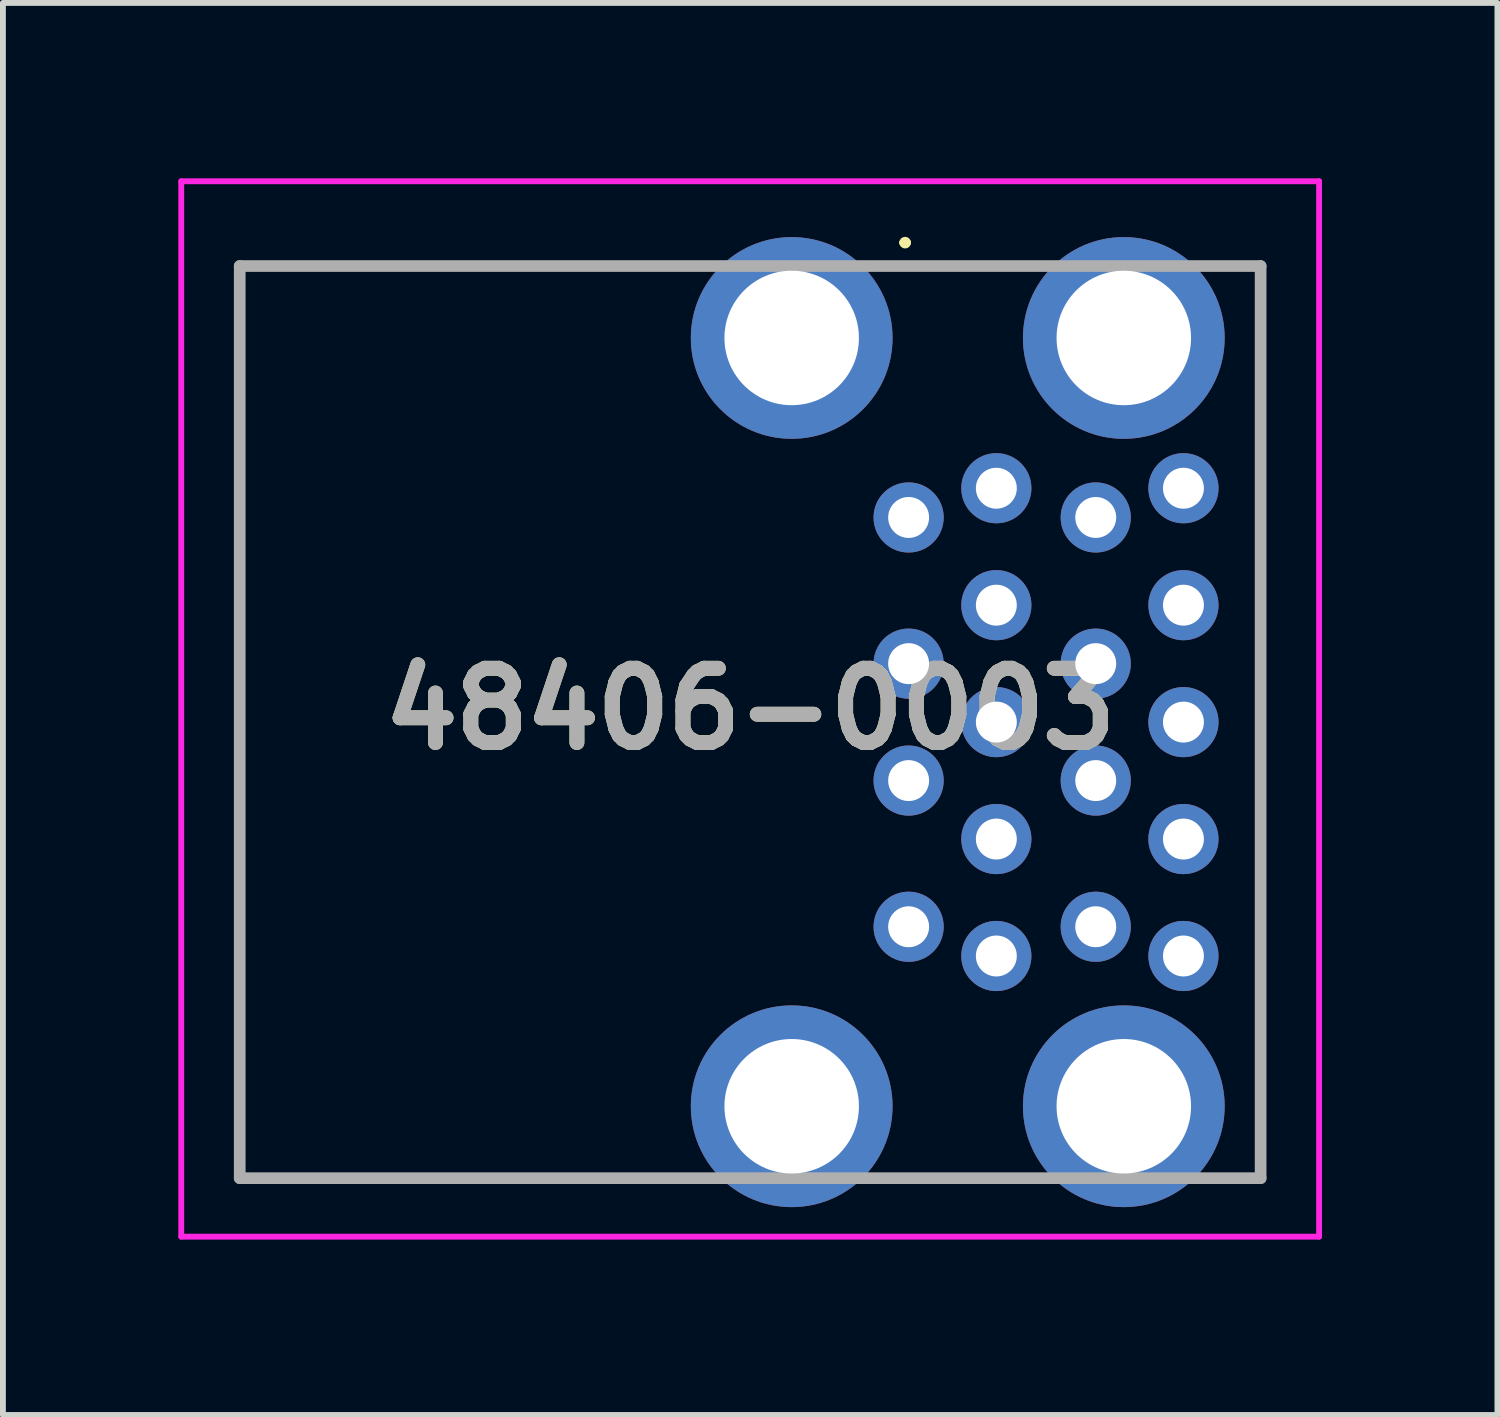
<source format=kicad_pcb>
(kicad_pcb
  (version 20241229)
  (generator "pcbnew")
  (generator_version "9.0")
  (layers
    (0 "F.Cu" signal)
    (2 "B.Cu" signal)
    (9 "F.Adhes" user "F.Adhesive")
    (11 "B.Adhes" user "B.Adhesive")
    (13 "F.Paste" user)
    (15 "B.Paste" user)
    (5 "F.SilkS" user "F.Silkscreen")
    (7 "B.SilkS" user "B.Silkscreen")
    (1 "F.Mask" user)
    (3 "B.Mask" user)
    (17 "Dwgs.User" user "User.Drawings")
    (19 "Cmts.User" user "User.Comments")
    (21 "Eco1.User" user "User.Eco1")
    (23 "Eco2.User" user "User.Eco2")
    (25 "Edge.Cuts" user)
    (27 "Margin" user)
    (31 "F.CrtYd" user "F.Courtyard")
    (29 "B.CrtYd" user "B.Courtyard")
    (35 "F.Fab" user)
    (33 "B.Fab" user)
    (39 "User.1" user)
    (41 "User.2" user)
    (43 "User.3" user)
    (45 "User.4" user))
  (footprint "48406-0003"
    (layer "F.Cu")
    (at 12.49 5.8)
    (property "Reference" "48406-0003" (at -2.71 3.275 0) (layer "F.SilkS") (effects (font (size 1.27 1.27) (thickness 0.254))))
    (attr through_hole)
    (fp_line (start -11.44 -4.3) (end -11.44 11.3) (stroke (width 0.1) (type solid)) (layer "F.SilkS"))
    (fp_line (start -11.44 11.3) (end -3.51 11.3) (stroke (width 0.1) (type solid)) (layer "F.SilkS"))
    (fp_line (start -3.51 -4.3) (end -11.44 -4.3) (stroke (width 0.1) (type solid)) (layer "F.SilkS"))
    (fp_line (start -0.11 -4.7) (end -0.11 -4.7) (stroke (width 0.1) (type solid)) (layer "F.SilkS"))
    (fp_line (start -0.01 -4.7) (end -0.01 -4.7) (stroke (width 0.1) (type solid)) (layer "F.SilkS"))
    (fp_line (start 5.09 -4.3) (end 6.02 -4.3) (stroke (width 0.1) (type solid)) (layer "F.SilkS"))
    (fp_line (start 6.02 -4.3) (end 6.02 11.3) (stroke (width 0.1) (type solid)) (layer "F.SilkS"))
    (fp_line (start 6.02 11.3) (end 5.09 11.3) (stroke (width 0.1) (type solid)) (layer "F.SilkS"))
    (fp_arc (start -0.11 -4.7) (mid -0.06 -4.75) (end -0.01 -4.7) (stroke (width 0.1) (type solid)) (layer "F.SilkS"))
    (fp_arc (start -0.01 -4.7) (mid -0.06 -4.65) (end -0.11 -4.7) (stroke (width 0.1) (type solid)) (layer "F.SilkS"))
    (fp_line (start -12.44 -5.75) (end 7.02 -5.75) (stroke (width 0.1) (type solid)) (layer "F.CrtYd"))
    (fp_line (start -12.44 12.3) (end -12.44 -5.75) (stroke (width 0.1) (type solid)) (layer "F.CrtYd"))
    (fp_line (start 7.02 -5.75) (end 7.02 12.3) (stroke (width 0.1) (type solid)) (layer "F.CrtYd"))
    (fp_line (start 7.02 12.3) (end -12.44 12.3) (stroke (width 0.1) (type solid)) (layer "F.CrtYd"))
    (fp_line (start -11.44 -4.3) (end 6.02 -4.3) (stroke (width 0.2) (type solid)) (layer "F.Fab"))
    (fp_line (start -11.44 11.3) (end -11.44 -4.3) (stroke (width 0.2) (type solid)) (layer "F.Fab"))
    (fp_line (start 6.02 -4.3) (end 6.02 11.3) (stroke (width 0.2) (type solid)) (layer "F.Fab"))
    (fp_line (start 6.02 11.3) (end -11.44 11.3) (stroke (width 0.2) (type solid)) (layer "F.Fab"))
    (fp_text user "${REFERENCE}" (at -2.71 3.275 0) (layer "F.Fab") (effects (font (size 1.27 1.27) (thickness 0.254))))
    (pad "1" thru_hole circle (at 0 0) (size 1.2 1.2) (drill 0.7) (layers "*.Cu" "*.Mask"))
    (pad "2" thru_hole circle (at 0 2.5) (size 1.2 1.2) (drill 0.7) (layers "*.Cu" "*.Mask"))
    (pad "3" thru_hole circle (at 0 4.5) (size 1.2 1.2) (drill 0.7) (layers "*.Cu" "*.Mask"))
    (pad "4" thru_hole circle (at 0 7) (size 1.2 1.2) (drill 0.7) (layers "*.Cu" "*.Mask"))
    (pad "5" thru_hole circle (at 1.5 7.5) (size 1.2 1.2) (drill 0.7) (layers "*.Cu" "*.Mask"))
    (pad "6" thru_hole circle (at 1.5 5.5) (size 1.2 1.2) (drill 0.7) (layers "*.Cu" "*.Mask"))
    (pad "7" thru_hole circle (at 1.5 3.5) (size 1.2 1.2) (drill 0.7) (layers "*.Cu" "*.Mask"))
    (pad "8" thru_hole circle (at 1.5 1.5) (size 1.2 1.2) (drill 0.7) (layers "*.Cu" "*.Mask"))
    (pad "9" thru_hole circle (at 1.5 -0.5) (size 1.2 1.2) (drill 0.7) (layers "*.Cu" "*.Mask"))
    (pad "10" thru_hole circle (at 3.2 0) (size 1.2 1.2) (drill 0.7) (layers "*.Cu" "*.Mask"))
    (pad "11" thru_hole circle (at 3.2 2.5) (size 1.2 1.2) (drill 0.7) (layers "*.Cu" "*.Mask"))
    (pad "12" thru_hole circle (at 3.2 4.5) (size 1.2 1.2) (drill 0.7) (layers "*.Cu" "*.Mask"))
    (pad "13" thru_hole circle (at 3.2 7) (size 1.2 1.2) (drill 0.7) (layers "*.Cu" "*.Mask"))
    (pad "14" thru_hole circle (at 4.7 7.5) (size 1.2 1.2) (drill 0.7) (layers "*.Cu" "*.Mask"))
    (pad "15" thru_hole circle (at 4.7 5.5) (size 1.2 1.2) (drill 0.7) (layers "*.Cu" "*.Mask"))
    (pad "16" thru_hole circle (at 4.7 3.5) (size 1.2 1.2) (drill 0.7) (layers "*.Cu" "*.Mask"))
    (pad "17" thru_hole circle (at 4.7 1.5) (size 1.2 1.2) (drill 0.7) (layers "*.Cu" "*.Mask"))
    (pad "18" thru_hole circle (at 4.7 -0.5) (size 1.2 1.2) (drill 0.7) (layers "*.Cu" "*.Mask"))
    (pad "19" thru_hole circle (at -2 -3.07) (size 3.45 3.45) (drill 2.3) (layers "*.Cu" "*.Mask"))
    (pad "20" thru_hole circle (at -2 10.07) (size 3.45 3.45) (drill 2.3) (layers "*.Cu" "*.Mask"))
    (pad "21" thru_hole circle (at 3.68 -3.07) (size 3.45 3.45) (drill 2.3) (layers "*.Cu" "*.Mask"))
    (pad "22" thru_hole circle (at 3.68 10.07) (size 3.45 3.45) (drill 2.3) (layers "*.Cu" "*.Mask")))
  (gr_rect
    (start -3 -3)
    (end 22.56 21.15)
    (stroke (width 0.1) (type default))
    (fill no)
    (layer "Edge.Cuts")))
</source>
